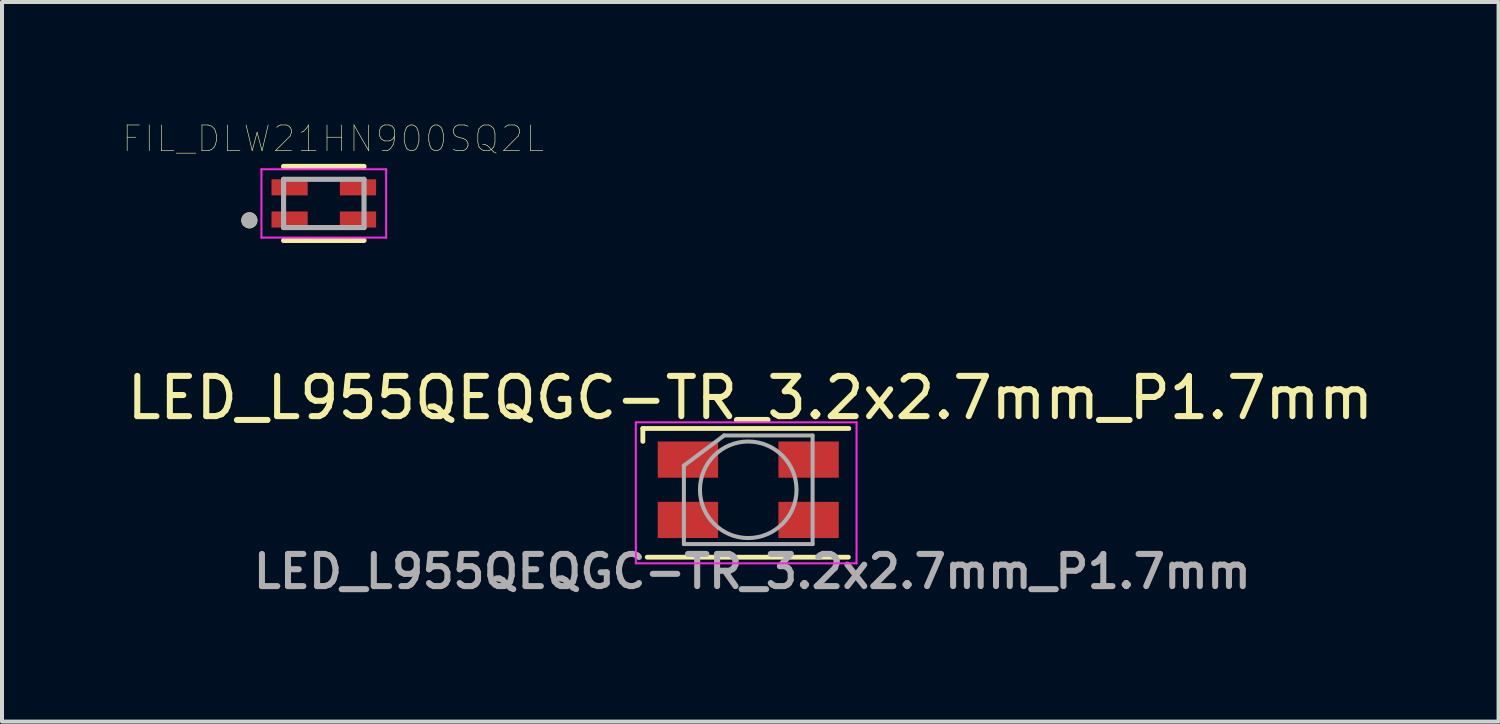
<source format=kicad_pcb>
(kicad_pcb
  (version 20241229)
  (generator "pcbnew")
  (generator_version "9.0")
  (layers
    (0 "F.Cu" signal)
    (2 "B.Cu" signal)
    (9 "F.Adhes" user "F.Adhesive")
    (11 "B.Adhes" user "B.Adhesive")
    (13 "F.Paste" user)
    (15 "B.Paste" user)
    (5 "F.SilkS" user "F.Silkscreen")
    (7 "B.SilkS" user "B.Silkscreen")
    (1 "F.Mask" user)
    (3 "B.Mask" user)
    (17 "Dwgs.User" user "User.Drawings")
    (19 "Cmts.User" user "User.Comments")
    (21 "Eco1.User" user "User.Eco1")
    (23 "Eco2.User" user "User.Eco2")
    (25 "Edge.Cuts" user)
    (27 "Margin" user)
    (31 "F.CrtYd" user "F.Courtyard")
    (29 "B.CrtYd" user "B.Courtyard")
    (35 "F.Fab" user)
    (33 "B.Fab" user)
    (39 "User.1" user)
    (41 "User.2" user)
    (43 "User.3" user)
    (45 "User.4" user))
  (footprint "LED_L955QEQGC-TR_3.2x2.7mm_P1.7mm"
    (layer "F.Cu")
    (at 15.55 9.125)
    (property "Reference" "LED_L955QEQGC-TR_3.2x2.7mm_P1.7mm" (at 0.051 -2.286 0) (layer "F.SilkS") (effects (font (size 1 1) (thickness 0.15))))
    (attr smd)
    (fp_line (start -2.62 -1.524) (end 2.5 -1.524) (stroke (width 0.12) (type solid)) (layer "F.SilkS"))
    (fp_line (start -2.62 -1.204) (end -2.62 -1.524) (stroke (width 0.12) (type solid)) (layer "F.SilkS"))
    (fp_line (start -2.511 1.676) (end 2.489 1.676) (stroke (width 0.12) (type solid)) (layer "F.SilkS"))
    (fp_line (start -2.794 -1.676) (end -2.794 1.829) (stroke (width 0.05) (type solid)) (layer "F.CrtYd"))
    (fp_line (start -2.794 1.829) (end 2.692 1.829) (stroke (width 0.05) (type solid)) (layer "F.CrtYd"))
    (fp_line (start 2.692 -1.676) (end -2.794 -1.676) (stroke (width 0.05) (type solid)) (layer "F.CrtYd"))
    (fp_line (start 2.692 1.829) (end 2.692 -1.676) (stroke (width 0.05) (type solid)) (layer "F.CrtYd"))
    (fp_line (start -1.6 -0.6) (end -1.6 1.35) (stroke (width 0.1) (type solid)) (layer "F.Fab"))
    (fp_line (start -1.6 1.35) (end 1.6 1.35) (stroke (width 0.1) (type solid)) (layer "F.Fab"))
    (fp_line (start -0.6 -1.35) (end -1.6 -0.6) (stroke (width 0.1) (type solid)) (layer "F.Fab"))
    (fp_line (start 1.6 -1.35) (end -0.6 -1.35) (stroke (width 0.1) (type solid)) (layer "F.Fab"))
    (fp_line (start 1.6 1.35) (end 1.6 -1.35) (stroke (width 0.1) (type solid)) (layer "F.Fab"))
    (fp_circle (center 0 0) (end 1.2 0) (stroke (width 0.1) (type solid)) (fill no) (layer "F.Fab"))
    (fp_text user "${REFERENCE}" (at 0.102 2.032 0) (layer "F.Fab") (effects (font (size 0.8 0.8) (thickness 0.15))))
    (pad "1" smd rect (at -1.5 -0.75) (size 1.5 0.9) (layers "F.Cu" "F.Mask" "F.Paste"))
    (pad "2" smd rect (at 1.5 -0.75) (size 1.5 0.9) (layers "F.Cu" "F.Mask" "F.Paste"))
    (pad "3" smd rect (at -1.5 0.75) (size 1.5 0.9) (layers "F.Cu" "F.Mask" "F.Paste"))
    (pad "4" smd rect (at 1.5 0.75) (size 1.5 0.9) (layers "F.Cu" "F.Mask" "F.Paste")))
  (footprint "FIL_DLW21HN900SQ2L"
    (layer "F.Cu")
    (at 4.999 2.007)
    (property "Reference" "FIL_DLW21HN900SQ2L" (at 0.232 -1.606 0) (layer "F.SilkS") (effects (font (size 0.64 0.64) (thickness 0.015))))
    (attr through_hole)
    (fp_line (start -1 -0.92) (end 1 -0.92) (stroke (width 0.127) (type solid)) (layer "F.SilkS"))
    (fp_line (start 1 0.92) (end -1 0.92) (stroke (width 0.127) (type solid)) (layer "F.SilkS"))
    (fp_circle (center -1.85 0.42) (end -1.75 0.42) (stroke (width 0.2) (type solid)) (fill no) (layer "F.SilkS"))
    (fp_line (start -1.55 -0.85) (end 1.55 -0.85) (stroke (width 0.05) (type solid)) (layer "F.CrtYd"))
    (fp_line (start -1.55 0.85) (end -1.55 -0.85) (stroke (width 0.05) (type solid)) (layer "F.CrtYd"))
    (fp_line (start 1.55 -0.85) (end 1.55 0.85) (stroke (width 0.05) (type solid)) (layer "F.CrtYd"))
    (fp_line (start 1.55 0.85) (end -1.55 0.85) (stroke (width 0.05) (type solid)) (layer "F.CrtYd"))
    (fp_line (start -1 -0.6) (end 1 -0.6) (stroke (width 0.127) (type solid)) (layer "F.Fab"))
    (fp_line (start -1 0.6) (end -1 -0.6) (stroke (width 0.127) (type solid)) (layer "F.Fab"))
    (fp_line (start 1 -0.6) (end 1 0.6) (stroke (width 0.127) (type solid)) (layer "F.Fab"))
    (fp_line (start 1 0.6) (end -1 0.6) (stroke (width 0.127) (type solid)) (layer "F.Fab"))
    (fp_circle (center -1.85 0.42) (end -1.75 0.42) (stroke (width 0.2) (type solid)) (fill no) (layer "F.Fab"))
    (pad "1" smd rect (at -0.85 0.4) (size 0.9 0.4) (layers "F.Cu" "F.Mask"))
    (pad "2" smd rect (at 0.85 0.4) (size 0.9 0.4) (layers "F.Cu" "F.Mask"))
    (pad "3" smd rect (at 0.85 -0.4) (size 0.9 0.4) (layers "F.Cu" "F.Mask"))
    (pad "4" smd rect (at -0.85 -0.4) (size 0.9 0.4) (layers "F.Cu" "F.Mask")))
  (gr_rect
    (start -3 -3)
    (end 34.202 14.888)
    (stroke (width 0.1) (type default))
    (fill no)
    (layer "Edge.Cuts")))
</source>
